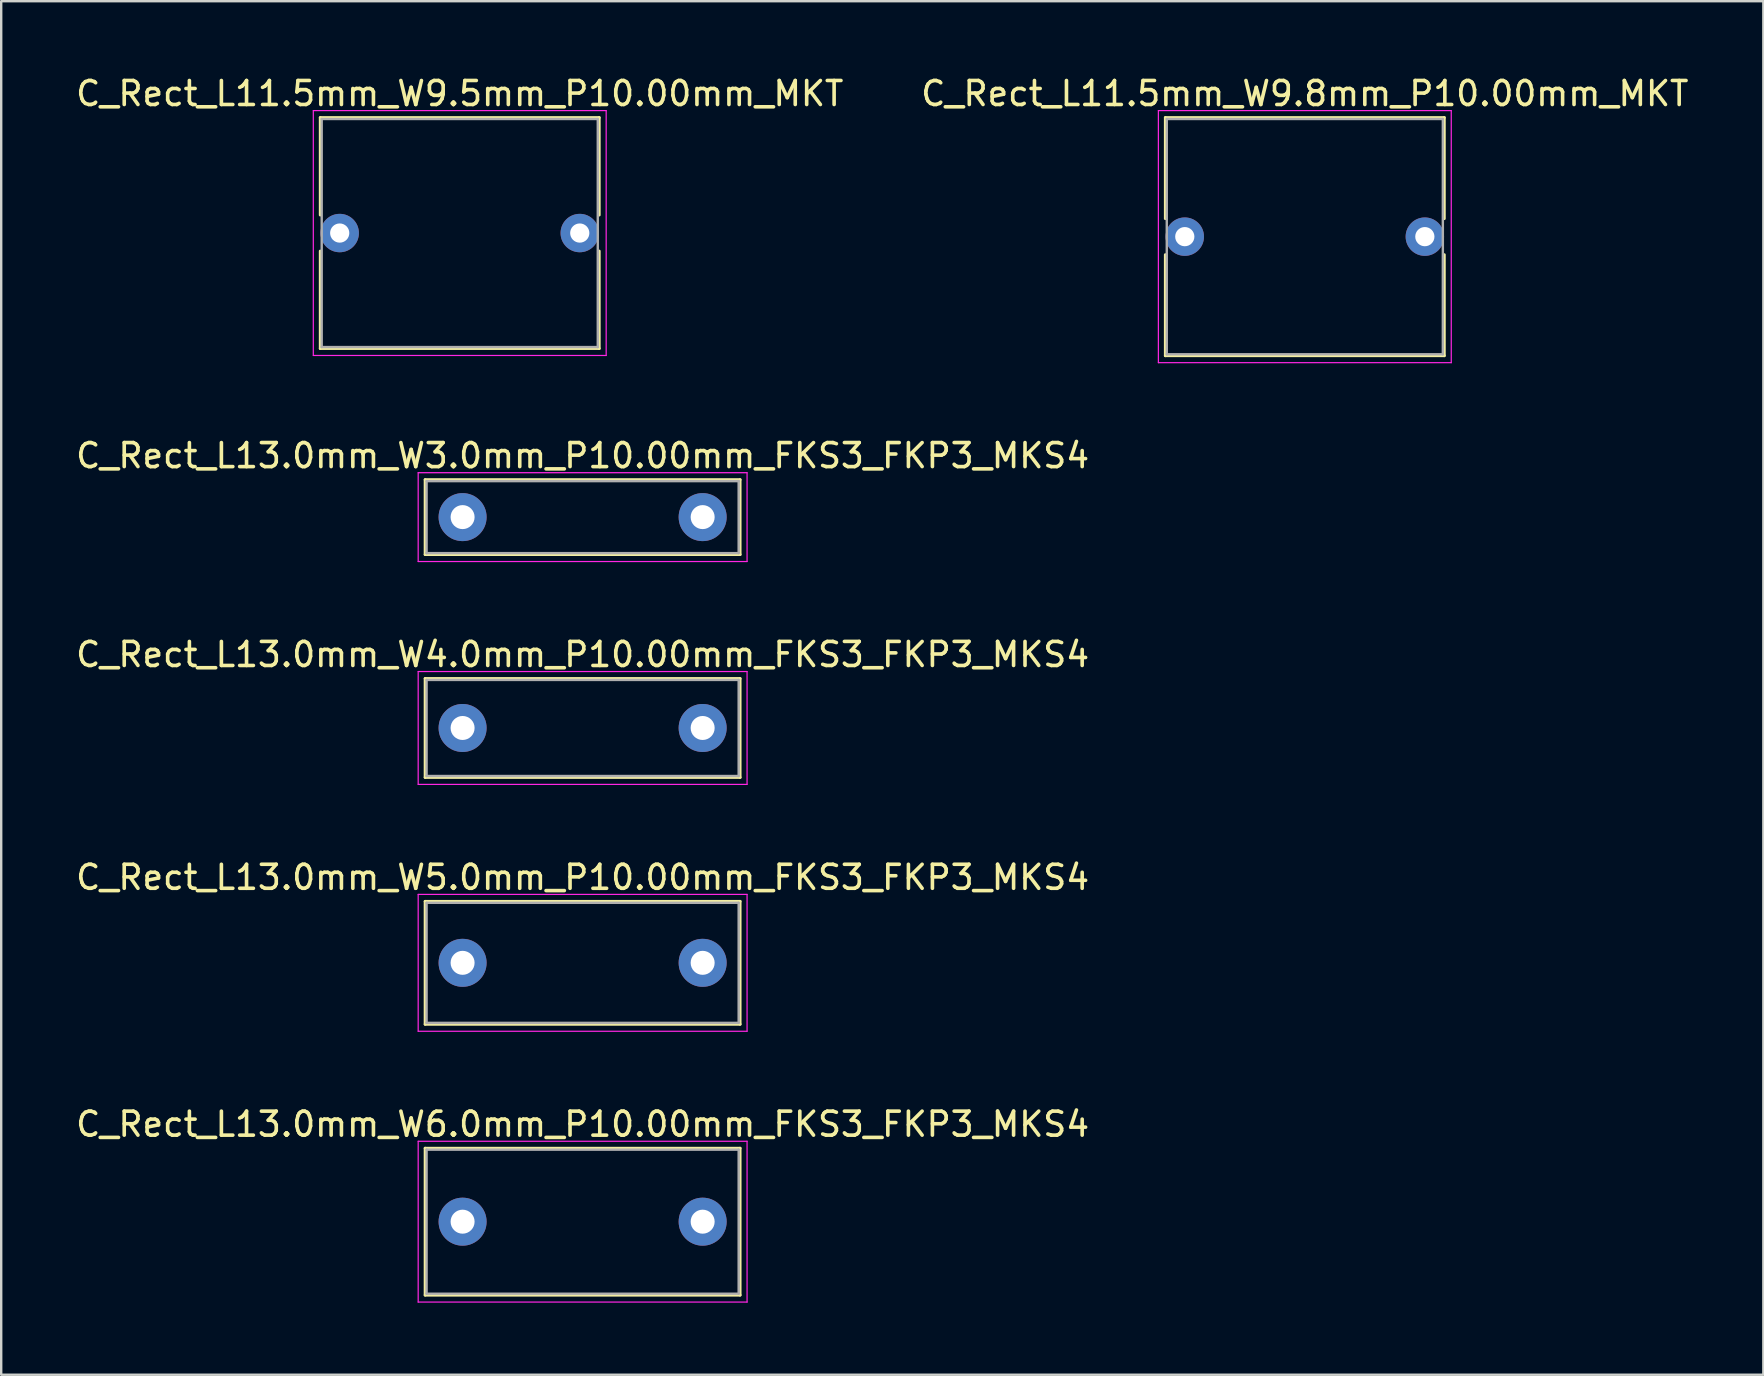
<source format=kicad_pcb>
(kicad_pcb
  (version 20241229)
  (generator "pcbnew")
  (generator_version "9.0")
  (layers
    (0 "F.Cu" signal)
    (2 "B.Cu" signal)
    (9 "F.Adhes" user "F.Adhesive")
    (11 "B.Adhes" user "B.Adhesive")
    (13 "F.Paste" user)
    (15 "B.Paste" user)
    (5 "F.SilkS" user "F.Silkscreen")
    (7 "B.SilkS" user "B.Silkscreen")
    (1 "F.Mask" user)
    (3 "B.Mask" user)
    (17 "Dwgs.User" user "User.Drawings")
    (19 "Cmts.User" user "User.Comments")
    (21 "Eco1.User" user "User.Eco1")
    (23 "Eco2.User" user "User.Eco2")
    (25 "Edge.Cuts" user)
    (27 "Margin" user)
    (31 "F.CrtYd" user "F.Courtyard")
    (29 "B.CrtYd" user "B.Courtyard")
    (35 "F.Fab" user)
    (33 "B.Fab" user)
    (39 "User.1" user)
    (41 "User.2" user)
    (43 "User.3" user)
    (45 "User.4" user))
  (footprint "C_Rect_L11.5mm_W9.8mm_P10.00mm_MKT"
    (layer "F.Cu")
    (at 46.304 6.808)
    (property "Reference" "C_Rect_L11.5mm_W9.8mm_P10.00mm_MKT" (at 5 -5.96 0) (layer "F.SilkS") (effects (font (size 1 1) (thickness 0.15))))
    (attr through_hole)
    (fp_line (start -0.81 -4.96) (end -0.81 -0.75) (stroke (width 0.12) (type solid)) (layer "F.SilkS"))
    (fp_line (start -0.81 -4.96) (end 10.81 -4.96) (stroke (width 0.12) (type solid)) (layer "F.SilkS"))
    (fp_line (start -0.81 0.75) (end -0.81 4.96) (stroke (width 0.12) (type solid)) (layer "F.SilkS"))
    (fp_line (start -0.81 4.96) (end 10.81 4.96) (stroke (width 0.12) (type solid)) (layer "F.SilkS"))
    (fp_line (start 10.81 -4.96) (end 10.81 -0.75) (stroke (width 0.12) (type solid)) (layer "F.SilkS"))
    (fp_line (start 10.81 0.75) (end 10.81 4.96) (stroke (width 0.12) (type solid)) (layer "F.SilkS"))
    (fp_line (start -1.1 -5.25) (end -1.1 5.25) (stroke (width 0.05) (type solid)) (layer "F.CrtYd"))
    (fp_line (start -1.1 5.25) (end 11.1 5.25) (stroke (width 0.05) (type solid)) (layer "F.CrtYd"))
    (fp_line (start 11.1 -5.25) (end -1.1 -5.25) (stroke (width 0.05) (type solid)) (layer "F.CrtYd"))
    (fp_line (start 11.1 5.25) (end 11.1 -5.25) (stroke (width 0.05) (type solid)) (layer "F.CrtYd"))
    (fp_line (start -0.75 -4.9) (end -0.75 4.9) (stroke (width 0.1) (type solid)) (layer "F.Fab"))
    (fp_line (start -0.75 4.9) (end 10.75 4.9) (stroke (width 0.1) (type solid)) (layer "F.Fab"))
    (fp_line (start 10.75 -4.9) (end -0.75 -4.9) (stroke (width 0.1) (type solid)) (layer "F.Fab"))
    (fp_line (start 10.75 4.9) (end 10.75 -4.9) (stroke (width 0.1) (type solid)) (layer "F.Fab"))
    (pad "1" thru_hole circle (at 0 0) (size 1.6 1.6) (drill 0.8) (layers "*.Cu" "*.Mask"))
    (pad "2" thru_hole circle (at 10 0) (size 1.6 1.6) (drill 0.8) (layers "*.Cu" "*.Mask")))
  (footprint "C_Rect_L13.0mm_W3.0mm_P10.00mm_FKS3_FKP3_MKS4"
    (layer "F.Cu")
    (at 16.22 18.491)
    (property "Reference" "C_Rect_L13.0mm_W3.0mm_P10.00mm_FKS3_FKP3_MKS4" (at 5 -2.56 0) (layer "F.SilkS") (effects (font (size 1 1) (thickness 0.15))))
    (attr through_hole)
    (fp_line (start -1.56 -1.56) (end -1.56 1.56) (stroke (width 0.12) (type solid)) (layer "F.SilkS"))
    (fp_line (start -1.56 -1.56) (end 11.56 -1.56) (stroke (width 0.12) (type solid)) (layer "F.SilkS"))
    (fp_line (start -1.56 1.56) (end 11.56 1.56) (stroke (width 0.12) (type solid)) (layer "F.SilkS"))
    (fp_line (start 11.56 -1.56) (end 11.56 1.56) (stroke (width 0.12) (type solid)) (layer "F.SilkS"))
    (fp_line (start -1.85 -1.85) (end -1.85 1.85) (stroke (width 0.05) (type solid)) (layer "F.CrtYd"))
    (fp_line (start -1.85 1.85) (end 11.85 1.85) (stroke (width 0.05) (type solid)) (layer "F.CrtYd"))
    (fp_line (start 11.85 -1.85) (end -1.85 -1.85) (stroke (width 0.05) (type solid)) (layer "F.CrtYd"))
    (fp_line (start 11.85 1.85) (end 11.85 -1.85) (stroke (width 0.05) (type solid)) (layer "F.CrtYd"))
    (fp_line (start -1.5 -1.5) (end -1.5 1.5) (stroke (width 0.1) (type solid)) (layer "F.Fab"))
    (fp_line (start -1.5 1.5) (end 11.5 1.5) (stroke (width 0.1) (type solid)) (layer "F.Fab"))
    (fp_line (start 11.5 -1.5) (end -1.5 -1.5) (stroke (width 0.1) (type solid)) (layer "F.Fab"))
    (fp_line (start 11.5 1.5) (end 11.5 -1.5) (stroke (width 0.1) (type solid)) (layer "F.Fab"))
    (pad "1" thru_hole circle (at 0 0) (size 2 2) (drill 1) (layers "*.Cu" "*.Mask"))
    (pad "2" thru_hole circle (at 10 0) (size 2 2) (drill 1) (layers "*.Cu" "*.Mask")))
  (footprint "C_Rect_L13.0mm_W6.0mm_P10.00mm_FKS3_FKP3_MKS4"
    (layer "F.Cu")
    (at 16.22 47.841)
    (property "Reference" "C_Rect_L13.0mm_W6.0mm_P10.00mm_FKS3_FKP3_MKS4" (at 5 -4.06 0) (layer "F.SilkS") (effects (font (size 1 1) (thickness 0.15))))
    (attr through_hole)
    (fp_line (start -1.56 -3.06) (end -1.56 3.06) (stroke (width 0.12) (type solid)) (layer "F.SilkS"))
    (fp_line (start -1.56 -3.06) (end 11.56 -3.06) (stroke (width 0.12) (type solid)) (layer "F.SilkS"))
    (fp_line (start -1.56 3.06) (end 11.56 3.06) (stroke (width 0.12) (type solid)) (layer "F.SilkS"))
    (fp_line (start 11.56 -3.06) (end 11.56 3.06) (stroke (width 0.12) (type solid)) (layer "F.SilkS"))
    (fp_line (start -1.85 -3.35) (end -1.85 3.35) (stroke (width 0.05) (type solid)) (layer "F.CrtYd"))
    (fp_line (start -1.85 3.35) (end 11.85 3.35) (stroke (width 0.05) (type solid)) (layer "F.CrtYd"))
    (fp_line (start 11.85 -3.35) (end -1.85 -3.35) (stroke (width 0.05) (type solid)) (layer "F.CrtYd"))
    (fp_line (start 11.85 3.35) (end 11.85 -3.35) (stroke (width 0.05) (type solid)) (layer "F.CrtYd"))
    (fp_line (start -1.5 -3) (end -1.5 3) (stroke (width 0.1) (type solid)) (layer "F.Fab"))
    (fp_line (start -1.5 3) (end 11.5 3) (stroke (width 0.1) (type solid)) (layer "F.Fab"))
    (fp_line (start 11.5 -3) (end -1.5 -3) (stroke (width 0.1) (type solid)) (layer "F.Fab"))
    (fp_line (start 11.5 3) (end 11.5 -3) (stroke (width 0.1) (type solid)) (layer "F.Fab"))
    (pad "1" thru_hole circle (at 0 0) (size 2 2) (drill 1) (layers "*.Cu" "*.Mask"))
    (pad "2" thru_hole circle (at 10 0) (size 2 2) (drill 1) (layers "*.Cu" "*.Mask")))
  (footprint "C_Rect_L11.5mm_W9.5mm_P10.00mm_MKT"
    (layer "F.Cu")
    (at 11.101 6.658)
    (property "Reference" "C_Rect_L11.5mm_W9.5mm_P10.00mm_MKT" (at 5 -5.81 0) (layer "F.SilkS") (effects (font (size 1 1) (thickness 0.15))))
    (attr through_hole)
    (fp_line (start -0.81 -4.81) (end -0.81 -0.75) (stroke (width 0.12) (type solid)) (layer "F.SilkS"))
    (fp_line (start -0.81 -4.81) (end 10.81 -4.81) (stroke (width 0.12) (type solid)) (layer "F.SilkS"))
    (fp_line (start -0.81 0.75) (end -0.81 4.81) (stroke (width 0.12) (type solid)) (layer "F.SilkS"))
    (fp_line (start -0.81 4.81) (end 10.81 4.81) (stroke (width 0.12) (type solid)) (layer "F.SilkS"))
    (fp_line (start 10.81 -4.81) (end 10.81 -0.75) (stroke (width 0.12) (type solid)) (layer "F.SilkS"))
    (fp_line (start 10.81 0.75) (end 10.81 4.81) (stroke (width 0.12) (type solid)) (layer "F.SilkS"))
    (fp_line (start -1.1 -5.1) (end -1.1 5.1) (stroke (width 0.05) (type solid)) (layer "F.CrtYd"))
    (fp_line (start -1.1 5.1) (end 11.1 5.1) (stroke (width 0.05) (type solid)) (layer "F.CrtYd"))
    (fp_line (start 11.1 -5.1) (end -1.1 -5.1) (stroke (width 0.05) (type solid)) (layer "F.CrtYd"))
    (fp_line (start 11.1 5.1) (end 11.1 -5.1) (stroke (width 0.05) (type solid)) (layer "F.CrtYd"))
    (fp_line (start -0.75 -4.75) (end -0.75 4.75) (stroke (width 0.1) (type solid)) (layer "F.Fab"))
    (fp_line (start -0.75 4.75) (end 10.75 4.75) (stroke (width 0.1) (type solid)) (layer "F.Fab"))
    (fp_line (start 10.75 -4.75) (end -0.75 -4.75) (stroke (width 0.1) (type solid)) (layer "F.Fab"))
    (fp_line (start 10.75 4.75) (end 10.75 -4.75) (stroke (width 0.1) (type solid)) (layer "F.Fab"))
    (pad "1" thru_hole circle (at 0 0) (size 1.6 1.6) (drill 0.8) (layers "*.Cu" "*.Mask"))
    (pad "2" thru_hole circle (at 10 0) (size 1.6 1.6) (drill 0.8) (layers "*.Cu" "*.Mask")))
  (footprint "C_Rect_L13.0mm_W5.0mm_P10.00mm_FKS3_FKP3_MKS4"
    (layer "F.Cu")
    (at 16.22 37.058)
    (property "Reference" "C_Rect_L13.0mm_W5.0mm_P10.00mm_FKS3_FKP3_MKS4" (at 5 -3.56 0) (layer "F.SilkS") (effects (font (size 1 1) (thickness 0.15))))
    (attr through_hole)
    (fp_line (start -1.56 -2.56) (end -1.56 2.56) (stroke (width 0.12) (type solid)) (layer "F.SilkS"))
    (fp_line (start -1.56 -2.56) (end 11.56 -2.56) (stroke (width 0.12) (type solid)) (layer "F.SilkS"))
    (fp_line (start -1.56 2.56) (end 11.56 2.56) (stroke (width 0.12) (type solid)) (layer "F.SilkS"))
    (fp_line (start 11.56 -2.56) (end 11.56 2.56) (stroke (width 0.12) (type solid)) (layer "F.SilkS"))
    (fp_line (start -1.85 -2.85) (end -1.85 2.85) (stroke (width 0.05) (type solid)) (layer "F.CrtYd"))
    (fp_line (start -1.85 2.85) (end 11.85 2.85) (stroke (width 0.05) (type solid)) (layer "F.CrtYd"))
    (fp_line (start 11.85 -2.85) (end -1.85 -2.85) (stroke (width 0.05) (type solid)) (layer "F.CrtYd"))
    (fp_line (start 11.85 2.85) (end 11.85 -2.85) (stroke (width 0.05) (type solid)) (layer "F.CrtYd"))
    (fp_line (start -1.5 -2.5) (end -1.5 2.5) (stroke (width 0.1) (type solid)) (layer "F.Fab"))
    (fp_line (start -1.5 2.5) (end 11.5 2.5) (stroke (width 0.1) (type solid)) (layer "F.Fab"))
    (fp_line (start 11.5 -2.5) (end -1.5 -2.5) (stroke (width 0.1) (type solid)) (layer "F.Fab"))
    (fp_line (start 11.5 2.5) (end 11.5 -2.5) (stroke (width 0.1) (type solid)) (layer "F.Fab"))
    (pad "1" thru_hole circle (at 0 0) (size 2 2) (drill 1) (layers "*.Cu" "*.Mask"))
    (pad "2" thru_hole circle (at 10 0) (size 2 2) (drill 1) (layers "*.Cu" "*.Mask")))
  (footprint "C_Rect_L13.0mm_W4.0mm_P10.00mm_FKS3_FKP3_MKS4"
    (layer "F.Cu")
    (at 16.22 27.275)
    (property "Reference" "C_Rect_L13.0mm_W4.0mm_P10.00mm_FKS3_FKP3_MKS4" (at 5 -3.06 0) (layer "F.SilkS") (effects (font (size 1 1) (thickness 0.15))))
    (attr through_hole)
    (fp_line (start -1.56 -2.06) (end -1.56 2.06) (stroke (width 0.12) (type solid)) (layer "F.SilkS"))
    (fp_line (start -1.56 -2.06) (end 11.56 -2.06) (stroke (width 0.12) (type solid)) (layer "F.SilkS"))
    (fp_line (start -1.56 2.06) (end 11.56 2.06) (stroke (width 0.12) (type solid)) (layer "F.SilkS"))
    (fp_line (start 11.56 -2.06) (end 11.56 2.06) (stroke (width 0.12) (type solid)) (layer "F.SilkS"))
    (fp_line (start -1.85 -2.35) (end -1.85 2.35) (stroke (width 0.05) (type solid)) (layer "F.CrtYd"))
    (fp_line (start -1.85 2.35) (end 11.85 2.35) (stroke (width 0.05) (type solid)) (layer "F.CrtYd"))
    (fp_line (start 11.85 -2.35) (end -1.85 -2.35) (stroke (width 0.05) (type solid)) (layer "F.CrtYd"))
    (fp_line (start 11.85 2.35) (end 11.85 -2.35) (stroke (width 0.05) (type solid)) (layer "F.CrtYd"))
    (fp_line (start -1.5 -2) (end -1.5 2) (stroke (width 0.1) (type solid)) (layer "F.Fab"))
    (fp_line (start -1.5 2) (end 11.5 2) (stroke (width 0.1) (type solid)) (layer "F.Fab"))
    (fp_line (start 11.5 -2) (end -1.5 -2) (stroke (width 0.1) (type solid)) (layer "F.Fab"))
    (fp_line (start 11.5 2) (end 11.5 -2) (stroke (width 0.1) (type solid)) (layer "F.Fab"))
    (pad "1" thru_hole circle (at 0 0) (size 2 2) (drill 1) (layers "*.Cu" "*.Mask"))
    (pad "2" thru_hole circle (at 10 0) (size 2 2) (drill 1) (layers "*.Cu" "*.Mask")))
  (gr_rect
    (start -3 -3)
    (end 70.405 54.216)
    (stroke (width 0.1) (type default))
    (fill no)
    (layer "Edge.Cuts")))
</source>
